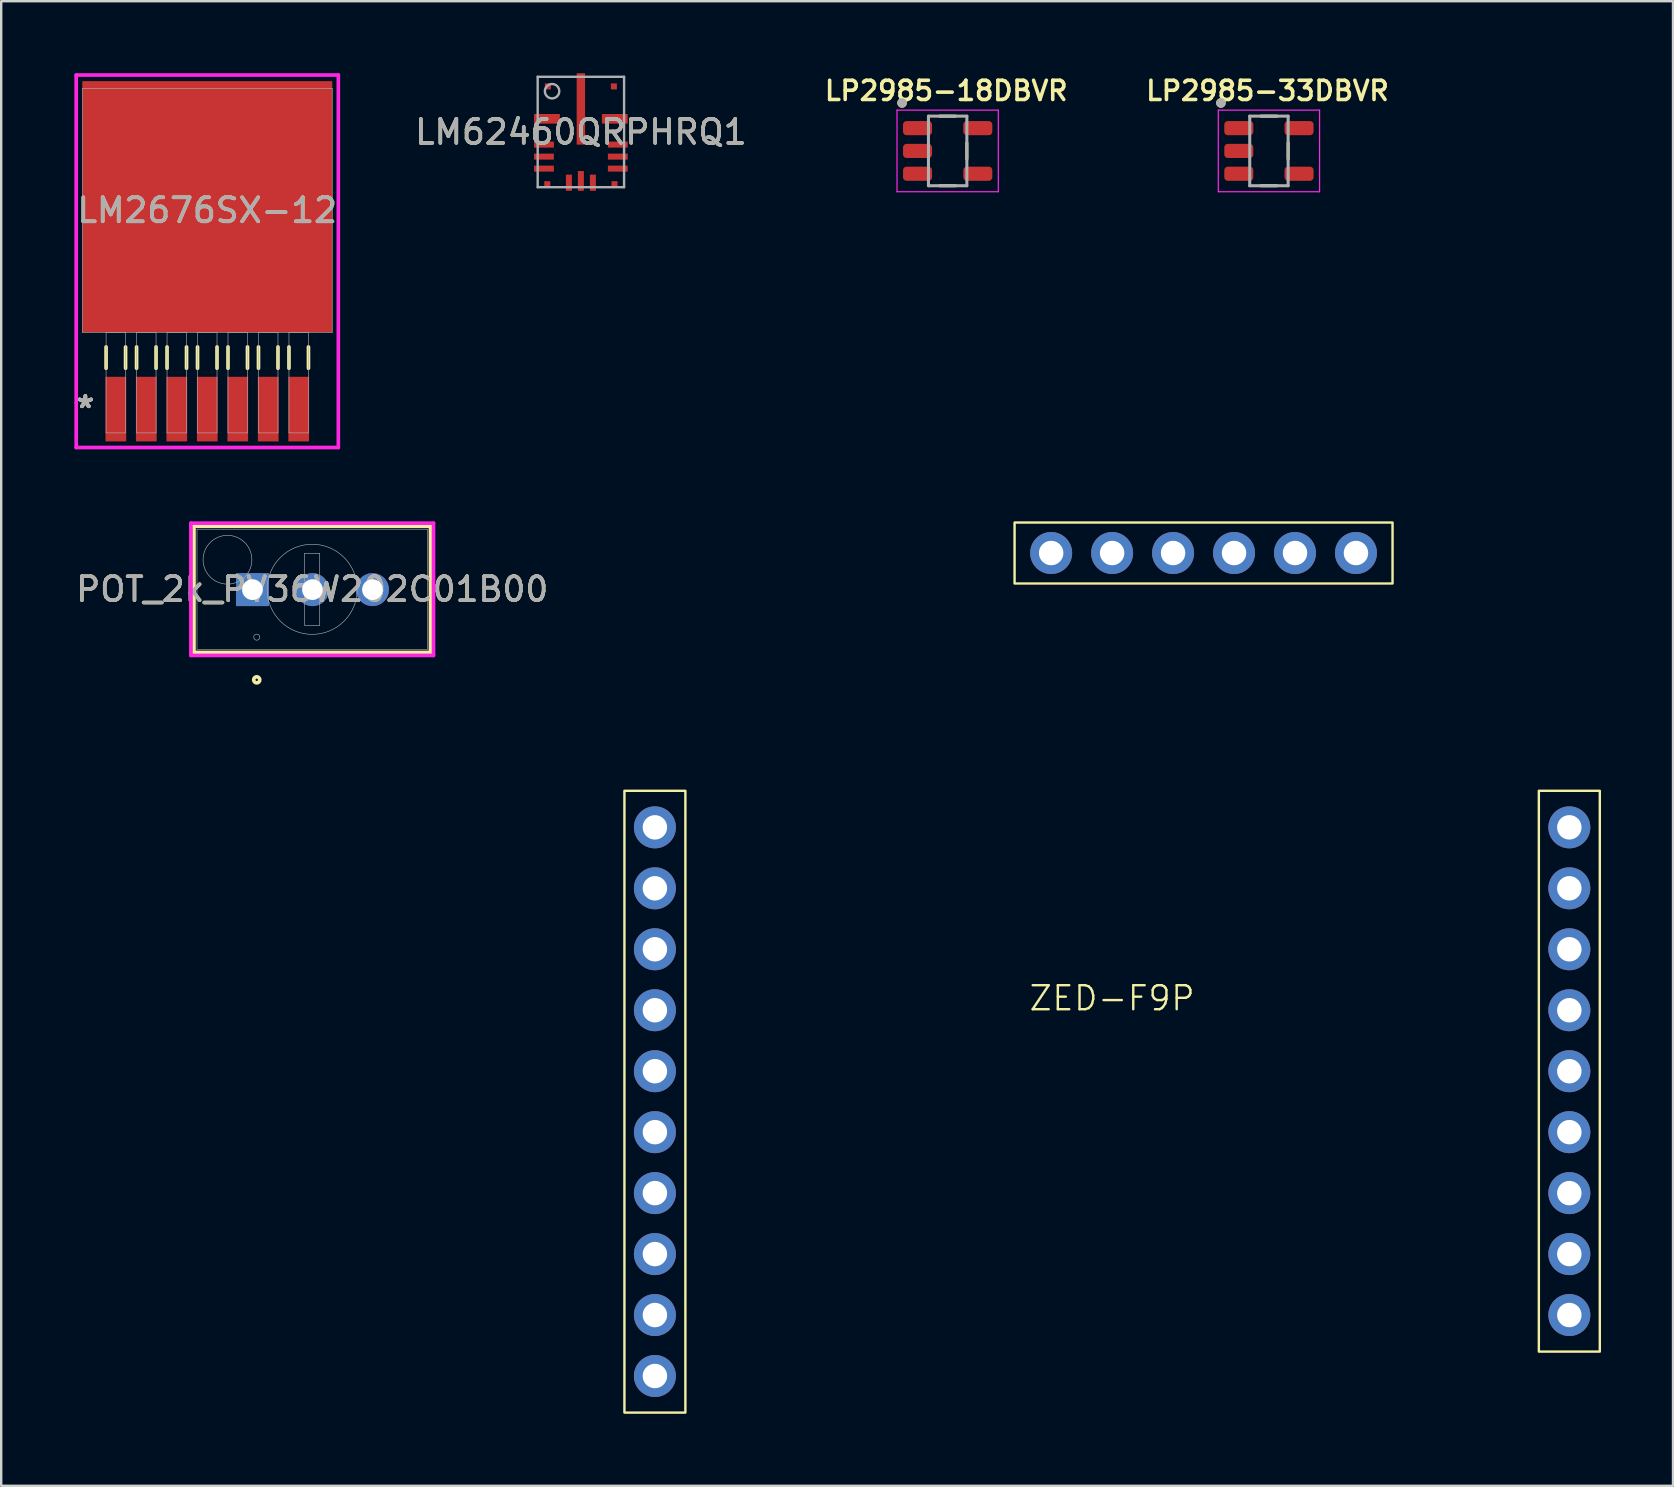
<source format=kicad_pcb>
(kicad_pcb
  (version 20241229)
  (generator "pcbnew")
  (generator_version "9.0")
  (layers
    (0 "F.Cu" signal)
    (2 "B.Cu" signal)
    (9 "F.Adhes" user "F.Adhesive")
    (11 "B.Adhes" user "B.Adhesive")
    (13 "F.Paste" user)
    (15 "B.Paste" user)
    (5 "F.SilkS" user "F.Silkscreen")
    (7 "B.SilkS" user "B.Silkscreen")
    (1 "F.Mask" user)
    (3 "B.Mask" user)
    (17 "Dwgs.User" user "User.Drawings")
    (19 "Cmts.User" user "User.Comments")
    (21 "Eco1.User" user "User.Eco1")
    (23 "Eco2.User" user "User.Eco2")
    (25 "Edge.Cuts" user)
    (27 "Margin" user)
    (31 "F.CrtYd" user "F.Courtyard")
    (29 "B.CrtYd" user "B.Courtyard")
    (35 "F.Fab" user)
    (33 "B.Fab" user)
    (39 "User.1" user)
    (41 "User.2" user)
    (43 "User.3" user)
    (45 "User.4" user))
  (footprint "LM62460QRPHRQ1"
    (layer "F.Cu")
    (at 21.153 2.45)
    (property "Reference" "LM62460QRPHRQ1" (at 0 0 0) (unlocked yes) (layer "F.SilkS") (effects (font (size 1 1) (thickness 0.15))))
    (attr smd)
    (fp_line (start -1.8 -2.3) (end 1.8 -2.3) (stroke (width 0.1) (type solid)) (layer "F.Fab"))
    (fp_line (start -1.8 2.3) (end -1.8 -2.3) (stroke (width 0.1) (type solid)) (layer "F.Fab"))
    (fp_line (start -1.8 2.3) (end 1.8 2.3) (stroke (width 0.1) (type solid)) (layer "F.Fab"))
    (fp_line (start 1.8 2.3) (end 1.8 -2.3) (stroke (width 0.1) (type solid)) (layer "F.Fab"))
    (fp_circle (center -1.2 -1.7) (end -0.9 -1.7) (stroke (width 0.1) (type solid)) (fill no) (layer "F.Fab"))
    (fp_text user "${REFERENCE}" (at 0 0 0) (unlocked yes) (layer "F.Fab") (effects (font (size 1 1) (thickness 0.15))))
    (pad "1" smd rect (at -1.375 -1.9) (size 0.25 0.25) (layers "F.Cu" "F.Mask"))
    (pad "2" smd rect (at -1.413 -0.55) (size 1.075 0.4) (layers "F.Cu" "F.Mask" "F.Paste"))
    (pad "3" smd rect (at -1.538 0.525) (size 0.825 0.25) (layers "F.Cu" "F.Mask" "F.Paste"))
    (pad "4" smd rect (at -1.538 1.025) (size 0.825 0.25) (layers "F.Cu" "F.Mask" "F.Paste"))
    (pad "5" smd rect (at -1.538 1.525) (size 0.825 0.25) (layers "F.Cu" "F.Mask" "F.Paste"))
    (pad "6" smd rect (at -1.4 2.175) (size 0.25 0.25) (layers "F.Cu" "F.Mask"))
    (pad "7" smd rect (at -0.5 2.113 90) (size 0.675 0.25) (layers "F.Cu" "F.Mask" "F.Paste"))
    (pad "8" smd rect (at 0 2.038 90) (size 0.825 0.25) (layers "F.Cu" "F.Mask" "F.Paste"))
    (pad "9" smd rect (at 0.5 2.113 90) (size 0.675 0.25) (layers "F.Cu" "F.Mask" "F.Paste"))
    (pad "10" smd rect (at 1.4 2.175) (size 0.25 0.25) (layers "F.Cu" "F.Mask"))
    (pad "11" smd rect (at 1.538 1.525) (size 0.825 0.25) (layers "F.Cu" "F.Mask" "F.Paste"))
    (pad "12" smd rect (at 1.538 1.025) (size 0.825 0.25) (layers "F.Cu" "F.Mask" "F.Paste"))
    (pad "13" smd rect (at 1.538 0.525) (size 0.825 0.25) (layers "F.Cu" "F.Mask" "F.Paste"))
    (pad "14" smd rect (at 1.413 -0.55) (size 1.075 0.4) (layers "F.Cu" "F.Mask" "F.Paste"))
    (pad "15" smd rect (at 1.375 -1.9) (size 0.25 0.25) (layers "F.Cu" "F.Mask"))
    (pad "16" smd rect (at 0 -0.963 90) (size 2.975 0.35) (layers "F.Cu" "F.Mask" "F.Paste")))
  (footprint "POT_2k_PV36W202C01B00"
    (layer "F.Cu")
    (at 7.469 21.517)
    (property "Reference" "POT_2k_PV36W202C01B00" (at 2.489 -0.013 0) (unlocked yes) (layer "F.SilkS") (effects (font (size 1 1) (thickness 0.15))))
    (attr through_hole)
    (fp_line (start -2.438 -2.642) (end -2.438 2.616) (stroke (width 0.152) (type solid)) (layer "F.SilkS"))
    (fp_line (start -2.438 2.616) (end 7.417 2.616) (stroke (width 0.152) (type solid)) (layer "F.SilkS"))
    (fp_line (start 7.417 -2.642) (end -2.438 -2.642) (stroke (width 0.152) (type solid)) (layer "F.SilkS"))
    (fp_line (start 7.417 2.616) (end 7.417 -2.642) (stroke (width 0.152) (type solid)) (layer "F.SilkS"))
    (fp_circle (center 0.178 3.759) (end 0.305 3.759) (stroke (width 0.152) (type solid)) (fill no) (layer "F.SilkS"))
    (fp_line (start -2.565 -2.769) (end 7.544 -2.769) (stroke (width 0.152) (type solid)) (layer "F.CrtYd"))
    (fp_line (start -2.565 2.743) (end -2.565 -2.769) (stroke (width 0.152) (type solid)) (layer "F.CrtYd"))
    (fp_line (start 7.544 -2.769) (end 7.544 2.743) (stroke (width 0.152) (type solid)) (layer "F.CrtYd"))
    (fp_line (start 7.544 2.743) (end -2.565 2.743) (stroke (width 0.152) (type solid)) (layer "F.CrtYd"))
    (fp_line (start -2.311 -2.515) (end -2.311 2.489) (stroke (width 0.025) (type solid)) (layer "F.Fab"))
    (fp_line (start -2.311 2.489) (end 7.29 2.489) (stroke (width 0.025) (type solid)) (layer "F.Fab"))
    (fp_line (start 2.176 -1.514) (end 2.176 1.488) (stroke (width 0.025) (type solid)) (layer "F.Fab"))
    (fp_line (start 2.176 -1.514) (end 2.802 -1.514) (stroke (width 0.025) (type solid)) (layer "F.Fab"))
    (fp_line (start 2.176 1.488) (end 2.802 1.488) (stroke (width 0.025) (type solid)) (layer "F.Fab"))
    (fp_line (start 2.802 -1.514) (end 2.802 1.488) (stroke (width 0.025) (type solid)) (layer "F.Fab"))
    (fp_line (start 7.29 -2.515) (end -2.311 -2.515) (stroke (width 0.025) (type solid)) (layer "F.Fab"))
    (fp_line (start 7.29 2.489) (end 7.29 -2.515) (stroke (width 0.025) (type solid)) (layer "F.Fab"))
    (fp_circle (center -1.041 -1.245) (end -0.025 -1.245) (stroke (width 0.025) (type solid)) (fill no) (layer "F.Fab"))
    (fp_circle (center 0.178 1.981) (end 0.305 1.981) (stroke (width 0.025) (type solid)) (fill no) (layer "F.Fab"))
    (fp_circle (center 2.489 -0.013) (end 4.366 -0.013) (stroke (width 0.025) (type solid)) (fill no) (layer "F.Fab"))
    (fp_text user "${REFERENCE}" (at 2.489 -0.013 0) (unlocked yes) (layer "F.Fab") (effects (font (size 1 1) (thickness 0.15))))
    (pad "1" thru_hole rect (at 0 0) (size 1.372 1.372) (drill 0.864) (layers "*.Cu" "*.Mask"))
    (pad "2" thru_hole circle (at 2.5 0) (size 1.372 1.372) (drill 0.864) (layers "*.Cu" "*.Mask"))
    (pad "3" thru_hole circle (at 5 0) (size 1.372 1.372) (drill 0.864) (layers "*.Cu" "*.Mask")))
  (footprint "LM2676SX-12"
    (layer "F.Cu")
    (at 5.586 5.715)
    (property "Reference" "LM2676SX-12" (at 0 0 0) (unlocked yes) (layer "F.SilkS") (effects (font (size 1 1) (thickness 0.15))))
    (attr smd)
    (fp_line (start -4.216 5.69) (end -4.216 6.579) (stroke (width 0.152) (type solid)) (layer "F.SilkS"))
    (fp_line (start -3.404 5.69) (end -3.404 6.579) (stroke (width 0.152) (type solid)) (layer "F.SilkS"))
    (fp_line (start -2.946 5.69) (end -2.946 6.579) (stroke (width 0.152) (type solid)) (layer "F.SilkS"))
    (fp_line (start -2.134 5.69) (end -2.134 6.579) (stroke (width 0.152) (type solid)) (layer "F.SilkS"))
    (fp_line (start -1.676 5.69) (end -1.676 6.579) (stroke (width 0.152) (type solid)) (layer "F.SilkS"))
    (fp_line (start -0.864 5.69) (end -0.864 6.579) (stroke (width 0.152) (type solid)) (layer "F.SilkS"))
    (fp_line (start -0.406 5.69) (end -0.406 6.579) (stroke (width 0.152) (type solid)) (layer "F.SilkS"))
    (fp_line (start 0.406 5.69) (end 0.406 6.579) (stroke (width 0.152) (type solid)) (layer "F.SilkS"))
    (fp_line (start 0.864 5.69) (end 0.864 6.579) (stroke (width 0.152) (type solid)) (layer "F.SilkS"))
    (fp_line (start 1.676 5.69) (end 1.676 6.579) (stroke (width 0.152) (type solid)) (layer "F.SilkS"))
    (fp_line (start 2.134 5.69) (end 2.134 6.579) (stroke (width 0.152) (type solid)) (layer "F.SilkS"))
    (fp_line (start 2.946 5.69) (end 2.946 6.579) (stroke (width 0.152) (type solid)) (layer "F.SilkS"))
    (fp_line (start 3.404 5.69) (end 3.404 6.579) (stroke (width 0.152) (type solid)) (layer "F.SilkS"))
    (fp_line (start 4.216 5.69) (end 4.216 6.579) (stroke (width 0.152) (type solid)) (layer "F.SilkS"))
    (fp_line (start -5.461 -5.639) (end 5.461 -5.639) (stroke (width 0.152) (type solid)) (layer "F.CrtYd"))
    (fp_line (start -5.461 9.881) (end -5.461 -5.639) (stroke (width 0.152) (type solid)) (layer "F.CrtYd"))
    (fp_line (start 5.461 -5.639) (end 5.461 9.881) (stroke (width 0.152) (type solid)) (layer "F.CrtYd"))
    (fp_line (start 5.461 9.881) (end -5.461 9.881) (stroke (width 0.152) (type solid)) (layer "F.CrtYd"))
    (fp_line (start -5.207 -5.08) (end -5.207 5.08) (stroke (width 0.025) (type solid)) (layer "F.Fab"))
    (fp_line (start -5.207 5.08) (end 5.207 5.08) (stroke (width 0.025) (type solid)) (layer "F.Fab"))
    (fp_line (start -4.216 5.08) (end -4.216 9.271) (stroke (width 0.025) (type solid)) (layer "F.Fab"))
    (fp_line (start -4.216 9.271) (end -3.404 9.271) (stroke (width 0.025) (type solid)) (layer "F.Fab"))
    (fp_line (start -3.404 5.08) (end -4.216 5.08) (stroke (width 0.025) (type solid)) (layer "F.Fab"))
    (fp_line (start -3.404 9.271) (end -3.404 5.08) (stroke (width 0.025) (type solid)) (layer "F.Fab"))
    (fp_line (start -2.946 5.08) (end -2.946 9.271) (stroke (width 0.025) (type solid)) (layer "F.Fab"))
    (fp_line (start -2.946 9.271) (end -2.134 9.271) (stroke (width 0.025) (type solid)) (layer "F.Fab"))
    (fp_line (start -2.134 5.08) (end -2.946 5.08) (stroke (width 0.025) (type solid)) (layer "F.Fab"))
    (fp_line (start -2.134 9.271) (end -2.134 5.08) (stroke (width 0.025) (type solid)) (layer "F.Fab"))
    (fp_line (start -1.676 5.08) (end -1.676 9.271) (stroke (width 0.025) (type solid)) (layer "F.Fab"))
    (fp_line (start -1.676 9.271) (end -0.864 9.271) (stroke (width 0.025) (type solid)) (layer "F.Fab"))
    (fp_line (start -0.864 5.08) (end -1.676 5.08) (stroke (width 0.025) (type solid)) (layer "F.Fab"))
    (fp_line (start -0.864 9.271) (end -0.864 5.08) (stroke (width 0.025) (type solid)) (layer "F.Fab"))
    (fp_line (start -0.406 5.08) (end -0.406 9.271) (stroke (width 0.025) (type solid)) (layer "F.Fab"))
    (fp_line (start -0.406 9.271) (end 0.406 9.271) (stroke (width 0.025) (type solid)) (layer "F.Fab"))
    (fp_line (start 0.406 5.08) (end -0.406 5.08) (stroke (width 0.025) (type solid)) (layer "F.Fab"))
    (fp_line (start 0.406 9.271) (end 0.406 5.08) (stroke (width 0.025) (type solid)) (layer "F.Fab"))
    (fp_line (start 0.864 5.08) (end 0.864 9.271) (stroke (width 0.025) (type solid)) (layer "F.Fab"))
    (fp_line (start 0.864 9.271) (end 1.676 9.271) (stroke (width 0.025) (type solid)) (layer "F.Fab"))
    (fp_line (start 1.676 5.08) (end 0.864 5.08) (stroke (width 0.025) (type solid)) (layer "F.Fab"))
    (fp_line (start 1.676 9.271) (end 1.676 5.08) (stroke (width 0.025) (type solid)) (layer "F.Fab"))
    (fp_line (start 2.134 5.08) (end 2.134 9.271) (stroke (width 0.025) (type solid)) (layer "F.Fab"))
    (fp_line (start 2.134 9.271) (end 2.946 9.271) (stroke (width 0.025) (type solid)) (layer "F.Fab"))
    (fp_line (start 2.946 5.08) (end 2.134 5.08) (stroke (width 0.025) (type solid)) (layer "F.Fab"))
    (fp_line (start 2.946 9.271) (end 2.946 5.08) (stroke (width 0.025) (type solid)) (layer "F.Fab"))
    (fp_line (start 3.404 5.08) (end 3.404 9.271) (stroke (width 0.025) (type solid)) (layer "F.Fab"))
    (fp_line (start 3.404 9.271) (end 4.216 9.271) (stroke (width 0.025) (type solid)) (layer "F.Fab"))
    (fp_line (start 4.216 5.08) (end 3.404 5.08) (stroke (width 0.025) (type solid)) (layer "F.Fab"))
    (fp_line (start 4.216 9.271) (end 4.216 5.08) (stroke (width 0.025) (type solid)) (layer "F.Fab"))
    (fp_line (start 5.207 -5.08) (end -5.207 -5.08) (stroke (width 0.025) (type solid)) (layer "F.Fab"))
    (fp_line (start 5.207 5.08) (end 5.207 -5.08) (stroke (width 0.025) (type solid)) (layer "F.Fab"))
    (fp_text user "*" (at -5.08 8.28 0) (layer "F.SilkS") (effects (font (size 1 1) (thickness 0.15))))
    (fp_text user "*" (at -5.08 8.28 0) (unlocked yes) (layer "F.SilkS") (effects (font (size 1 1) (thickness 0.15))))
    (fp_text user "${REFERENCE}" (at 0 0 0) (unlocked yes) (layer "F.Fab") (effects (font (size 1 1) (thickness 0.15))))
    (fp_text user "*" (at -5.08 8.28 0) (unlocked yes) (layer "F.Fab") (effects (font (size 1 1) (thickness 0.15))))
    (fp_text user "*" (at -5.08 8.28 0) (layer "F.Fab") (effects (font (size 1 1) (thickness 0.15))))
    (pad "1" smd rect (at -3.81 8.28) (size 0.864 2.692) (layers "F.Cu" "F.Mask" "F.Paste"))
    (pad "2" smd rect (at -2.54 8.28) (size 0.864 2.692) (layers "F.Cu" "F.Mask" "F.Paste"))
    (pad "3" smd rect (at -1.27 8.28) (size 0.864 2.692) (layers "F.Cu" "F.Mask" "F.Paste"))
    (pad "4" smd rect (at 0 8.28) (size 0.864 2.692) (layers "F.Cu" "F.Mask" "F.Paste"))
    (pad "5" smd rect (at 1.27 8.28) (size 0.864 2.692) (layers "F.Cu" "F.Mask" "F.Paste"))
    (pad "6" smd rect (at 2.54 8.28) (size 0.864 2.692) (layers "F.Cu" "F.Mask" "F.Paste"))
    (pad "7" smd rect (at 3.81 8.28) (size 0.864 2.692) (layers "F.Cu" "F.Mask" "F.Paste"))
    (pad "8" smd rect (at 0 -0.152) (size 10.414 10.465) (layers "F.Cu" "F.Mask" "F.Paste")))
  (footprint "LP2985-33DBVR"
    (layer "F.Cu")
    (at 49.821 3.239)
    (property "Reference" "LP2985-33DBVR" (at -0.06 -2.508 0) (layer "F.SilkS") (effects (font (size 0.8 0.8) (thickness 0.15))))
    (attr smd)
    (fp_line (start -0.33 -1.45) (end 0.33 -1.45) (stroke (width 0.127) (type solid)) (layer "F.SilkS"))
    (fp_line (start 0.33 1.45) (end -0.33 1.45) (stroke (width 0.127) (type solid)) (layer "F.SilkS"))
    (fp_line (start 0.8 -0.335) (end 0.8 0.335) (stroke (width 0.127) (type solid)) (layer "F.SilkS"))
    (fp_circle (center -2 -2) (end -1.9 -2) (stroke (width 0.2) (type solid)) (fill no) (layer "F.SilkS"))
    (fp_line (start -2.11 -1.7) (end 2.11 -1.7) (stroke (width 0.05) (type solid)) (layer "F.CrtYd"))
    (fp_line (start -2.11 1.7) (end -2.11 -1.7) (stroke (width 0.05) (type solid)) (layer "F.CrtYd"))
    (fp_line (start 2.11 -1.7) (end 2.11 1.7) (stroke (width 0.05) (type solid)) (layer "F.CrtYd"))
    (fp_line (start 2.11 1.7) (end -2.11 1.7) (stroke (width 0.05) (type solid)) (layer "F.CrtYd"))
    (fp_line (start -0.8 -1.45) (end 0.8 -1.45) (stroke (width 0.127) (type solid)) (layer "F.Fab"))
    (fp_line (start -0.8 1.45) (end -0.8 -1.45) (stroke (width 0.127) (type solid)) (layer "F.Fab"))
    (fp_line (start 0.8 -1.45) (end 0.8 1.45) (stroke (width 0.127) (type solid)) (layer "F.Fab"))
    (fp_line (start 0.8 1.45) (end -0.8 1.45) (stroke (width 0.127) (type solid)) (layer "F.Fab"))
    (fp_circle (center -2 -2) (end -1.9 -2) (stroke (width 0.2) (type solid)) (fill no) (layer "F.Fab"))
    (pad "1" smd roundrect (at -1.255 -0.95) (size 1.21 0.59) (layers "F.Cu" "F.Mask" "F.Paste") (roundrect_rratio 0.25))
    (pad "2" smd roundrect (at -1.255 0) (size 1.21 0.59) (layers "F.Cu" "F.Mask" "F.Paste") (roundrect_rratio 0.25))
    (pad "3" smd roundrect (at -1.255 0.95) (size 1.21 0.59) (layers "F.Cu" "F.Mask" "F.Paste") (roundrect_rratio 0.25))
    (pad "4" smd roundrect (at 1.255 0.95) (size 1.21 0.59) (layers "F.Cu" "F.Mask" "F.Paste") (roundrect_rratio 0.25))
    (pad "5" smd roundrect (at 1.255 -0.95) (size 1.21 0.59) (layers "F.Cu" "F.Mask" "F.Paste") (roundrect_rratio 0.25)))
  (footprint "LP2985-18DBVR"
    (layer "F.Cu")
    (at 36.435 3.239)
    (property "Reference" "LP2985-18DBVR" (at -0.06 -2.508 0) (layer "F.SilkS") (effects (font (size 0.8 0.8) (thickness 0.15))))
    (attr smd)
    (fp_line (start -0.33 -1.45) (end 0.33 -1.45) (stroke (width 0.127) (type solid)) (layer "F.SilkS"))
    (fp_line (start 0.33 1.45) (end -0.33 1.45) (stroke (width 0.127) (type solid)) (layer "F.SilkS"))
    (fp_line (start 0.8 -0.335) (end 0.8 0.335) (stroke (width 0.127) (type solid)) (layer "F.SilkS"))
    (fp_circle (center -1.9 -2) (end -1.8 -2) (stroke (width 0.2) (type solid)) (fill no) (layer "F.SilkS"))
    (fp_line (start -2.11 -1.7) (end 2.11 -1.7) (stroke (width 0.05) (type solid)) (layer "F.CrtYd"))
    (fp_line (start -2.11 1.7) (end -2.11 -1.7) (stroke (width 0.05) (type solid)) (layer "F.CrtYd"))
    (fp_line (start 2.11 -1.7) (end 2.11 1.7) (stroke (width 0.05) (type solid)) (layer "F.CrtYd"))
    (fp_line (start 2.11 1.7) (end -2.11 1.7) (stroke (width 0.05) (type solid)) (layer "F.CrtYd"))
    (fp_line (start -0.8 -1.45) (end 0.8 -1.45) (stroke (width 0.127) (type solid)) (layer "F.Fab"))
    (fp_line (start -0.8 1.45) (end -0.8 -1.45) (stroke (width 0.127) (type solid)) (layer "F.Fab"))
    (fp_line (start 0.8 -1.45) (end 0.8 1.45) (stroke (width 0.127) (type solid)) (layer "F.Fab"))
    (fp_line (start 0.8 1.45) (end -0.8 1.45) (stroke (width 0.127) (type solid)) (layer "F.Fab"))
    (fp_circle (center -1.9 -2) (end -1.8 -2) (stroke (width 0.2) (type solid)) (fill no) (layer "F.Fab"))
    (pad "1" smd roundrect (at -1.255 -0.95) (size 1.21 0.59) (layers "F.Cu" "F.Mask" "F.Paste") (roundrect_rratio 0.25))
    (pad "2" smd roundrect (at -1.255 0) (size 1.21 0.59) (layers "F.Cu" "F.Mask" "F.Paste") (roundrect_rratio 0.25))
    (pad "3" smd roundrect (at -1.255 0.95) (size 1.21 0.59) (layers "F.Cu" "F.Mask" "F.Paste") (roundrect_rratio 0.25))
    (pad "4" smd roundrect (at 1.255 0.95) (size 1.21 0.59) (layers "F.Cu" "F.Mask" "F.Paste") (roundrect_rratio 0.25))
    (pad "5" smd roundrect (at 1.255 -0.95) (size 1.21 0.59) (layers "F.Cu" "F.Mask" "F.Paste") (roundrect_rratio 0.25)))
  (footprint "ZED-F9P"
    (layer "F.Cu")
    (at 47.087 22.022)
    (property "Reference" "ZED-F9P" (at -3.8 16.52 0) (unlocked yes) (layer "F.SilkS") (effects (font (size 1 1) (thickness 0.1))))
    (attr smd)
    (fp_rect (start -24.12 7.876) (end -21.58 33.784) (stroke (width 0.1) (type solid)) (fill no) (layer "F.SilkS"))
    (fp_rect (start -7.864 -3.3) (end 7.884 -0.76) (stroke (width 0.1) (type solid)) (fill no) (layer "F.SilkS"))
    (fp_rect (start 13.98 7.876) (end 16.52 31.244) (stroke (width 0.1) (type solid)) (fill no) (layer "F.SilkS"))
    (pad "1" thru_hole circle (at -22.85 9.4) (size 1.75 1.75) (drill 1.02) (layers "*.Cu" "*.Mask"))
    (pad "2" thru_hole circle (at -22.85 11.94) (size 1.75 1.75) (drill 1.02) (layers "*.Cu" "*.Mask"))
    (pad "3" thru_hole circle (at -22.85 14.48) (size 1.75 1.75) (drill 1.02) (layers "*.Cu" "*.Mask"))
    (pad "4" thru_hole circle (at -22.85 17.02) (size 1.75 1.75) (drill 1.02) (layers "*.Cu" "*.Mask"))
    (pad "5" thru_hole circle (at -22.85 19.56) (size 1.75 1.75) (drill 1.02) (layers "*.Cu" "*.Mask"))
    (pad "6" thru_hole circle (at -22.85 22.1) (size 1.75 1.75) (drill 1.02) (layers "*.Cu" "*.Mask"))
    (pad "7" thru_hole circle (at -22.85 24.64) (size 1.75 1.75) (drill 1.02) (layers "*.Cu" "*.Mask"))
    (pad "8" thru_hole circle (at -22.85 27.18) (size 1.75 1.75) (drill 1.02) (layers "*.Cu" "*.Mask"))
    (pad "9" thru_hole circle (at -22.85 29.72) (size 1.75 1.75) (drill 1.02) (layers "*.Cu" "*.Mask"))
    (pad "10" thru_hole circle (at -22.85 32.26) (size 1.75 1.75) (drill 1.02) (layers "*.Cu" "*.Mask"))
    (pad "11" thru_hole circle (at 15.25 29.72) (size 1.75 1.75) (drill 1.02) (layers "*.Cu" "*.Mask"))
    (pad "12" thru_hole circle (at 15.25 27.18) (size 1.75 1.75) (drill 1.02) (layers "*.Cu" "*.Mask"))
    (pad "13" thru_hole circle (at 15.25 24.64) (size 1.75 1.75) (drill 1.02) (layers "*.Cu" "*.Mask"))
    (pad "14" thru_hole circle (at 15.25 22.1) (size 1.75 1.75) (drill 1.02) (layers "*.Cu" "*.Mask"))
    (pad "15" thru_hole circle (at 15.25 19.56) (size 1.75 1.75) (drill 1.02) (layers "*.Cu" "*.Mask"))
    (pad "16" thru_hole circle (at 15.25 17.02) (size 1.75 1.75) (drill 1.02) (layers "*.Cu" "*.Mask"))
    (pad "17" thru_hole circle (at 15.25 14.48) (size 1.75 1.75) (drill 1.02) (layers "*.Cu" "*.Mask"))
    (pad "18" thru_hole circle (at 15.25 11.94) (size 1.75 1.75) (drill 1.02) (layers "*.Cu" "*.Mask"))
    (pad "19" thru_hole circle (at 15.25 9.4) (size 1.75 1.75) (drill 1.02) (layers "*.Cu" "*.Mask"))
    (pad "20" thru_hole circle (at 6.36 -2.03 90) (size 1.75 1.75) (drill 1.02) (layers "*.Cu" "*.Mask"))
    (pad "21" thru_hole circle (at 3.82 -2.03 90) (size 1.75 1.75) (drill 1.02) (layers "*.Cu" "*.Mask"))
    (pad "22" thru_hole circle (at 1.28 -2.03 90) (size 1.75 1.75) (drill 1.02) (layers "*.Cu" "*.Mask"))
    (pad "23" thru_hole circle (at -1.26 -2.03 90) (size 1.75 1.75) (drill 1.02) (layers "*.Cu" "*.Mask"))
    (pad "24" thru_hole circle (at -3.8 -2.03 90) (size 1.75 1.75) (drill 1.02) (layers "*.Cu" "*.Mask"))
    (pad "25" thru_hole circle (at -6.34 -2.03 90) (size 1.75 1.75) (drill 1.02) (layers "*.Cu" "*.Mask")))
  (gr_rect
    (start -3 -3)
    (end 66.657 58.856)
    (stroke (width 0.1) (type default))
    (fill no)
    (layer "Edge.Cuts")))
</source>
